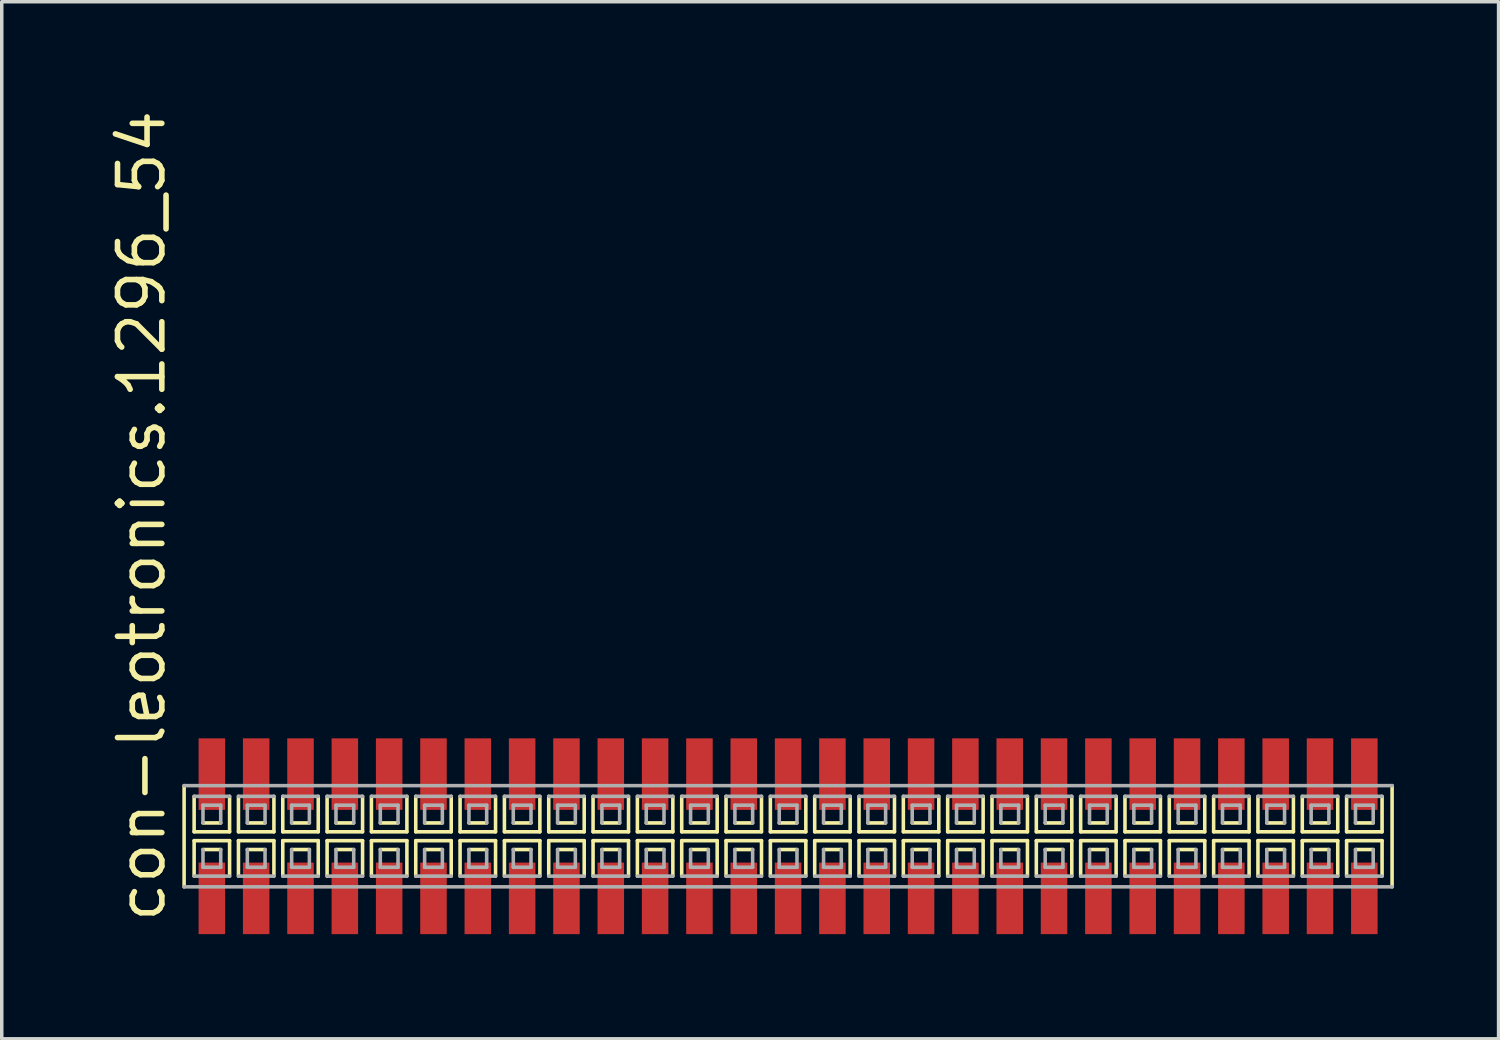
<source format=kicad_pcb>
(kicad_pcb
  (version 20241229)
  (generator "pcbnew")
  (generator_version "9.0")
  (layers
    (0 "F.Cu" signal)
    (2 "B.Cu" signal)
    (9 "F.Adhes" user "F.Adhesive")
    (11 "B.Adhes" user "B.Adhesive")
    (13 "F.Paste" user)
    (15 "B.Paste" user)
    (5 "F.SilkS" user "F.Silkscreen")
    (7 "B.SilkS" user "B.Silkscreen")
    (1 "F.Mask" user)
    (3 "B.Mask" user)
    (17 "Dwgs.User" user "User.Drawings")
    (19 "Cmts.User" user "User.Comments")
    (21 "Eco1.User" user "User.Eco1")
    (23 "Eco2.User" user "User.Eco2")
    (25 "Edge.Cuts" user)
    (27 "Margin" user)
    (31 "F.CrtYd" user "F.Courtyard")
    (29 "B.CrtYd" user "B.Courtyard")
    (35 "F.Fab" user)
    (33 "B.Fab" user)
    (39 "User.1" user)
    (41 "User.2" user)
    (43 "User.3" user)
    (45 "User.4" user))
  (footprint "con-leotronics.1296_54"
    (layer "F.Cu")
    (at 19.53 20.909)
    (property "Reference" "con-leotronics.1296_54" (at -17.78 2.54 90) (layer "F.SilkS") (effects (font (size 1.27 1.27) (thickness 0.16)) (justify left bottom)))
    (attr smd)
    (fp_line (start -17.305 -1.45) (end -17.305 1.45) (stroke (width 0.102) (type default)) (layer "F.SilkS"))
    (fp_line (start -17.018 -1.143) (end -17.018 -0.127) (stroke (width 0.102) (type default)) (layer "F.SilkS"))
    (fp_line (start -17.018 -0.127) (end -16.002 -0.127) (stroke (width 0.102) (type default)) (layer "F.SilkS"))
    (fp_line (start -17.018 0.127) (end -17.018 1.143) (stroke (width 0.102) (type default)) (layer "F.SilkS"))
    (fp_line (start -16.764 -0.381) (end -16.256 -0.381) (stroke (width 0.102) (type default)) (layer "F.SilkS"))
    (fp_line (start -16.256 0.381) (end -16.764 0.381) (stroke (width 0.102) (type default)) (layer "F.SilkS"))
    (fp_line (start -16.002 -0.127) (end -16.002 -1.143) (stroke (width 0.102) (type default)) (layer "F.SilkS"))
    (fp_line (start -16.002 0.127) (end -17.018 0.127) (stroke (width 0.102) (type default)) (layer "F.SilkS"))
    (fp_line (start -16.002 1.143) (end -16.002 0.127) (stroke (width 0.102) (type default)) (layer "F.SilkS"))
    (fp_line (start -15.748 -1.143) (end -15.748 -0.127) (stroke (width 0.102) (type default)) (layer "F.SilkS"))
    (fp_line (start -15.748 -0.127) (end -14.732 -0.127) (stroke (width 0.102) (type default)) (layer "F.SilkS"))
    (fp_line (start -15.748 0.127) (end -15.748 1.143) (stroke (width 0.102) (type default)) (layer "F.SilkS"))
    (fp_line (start -15.494 -0.381) (end -14.986 -0.381) (stroke (width 0.102) (type default)) (layer "F.SilkS"))
    (fp_line (start -14.986 0.381) (end -15.494 0.381) (stroke (width 0.102) (type default)) (layer "F.SilkS"))
    (fp_line (start -14.732 -0.127) (end -14.732 -1.143) (stroke (width 0.102) (type default)) (layer "F.SilkS"))
    (fp_line (start -14.732 0.127) (end -15.748 0.127) (stroke (width 0.102) (type default)) (layer "F.SilkS"))
    (fp_line (start -14.732 1.143) (end -14.732 0.127) (stroke (width 0.102) (type default)) (layer "F.SilkS"))
    (fp_line (start -14.478 -1.143) (end -14.478 -0.127) (stroke (width 0.102) (type default)) (layer "F.SilkS"))
    (fp_line (start -14.478 -0.127) (end -13.462 -0.127) (stroke (width 0.102) (type default)) (layer "F.SilkS"))
    (fp_line (start -14.478 0.127) (end -14.478 1.143) (stroke (width 0.102) (type default)) (layer "F.SilkS"))
    (fp_line (start -14.224 -0.381) (end -13.716 -0.381) (stroke (width 0.102) (type default)) (layer "F.SilkS"))
    (fp_line (start -13.716 0.381) (end -14.224 0.381) (stroke (width 0.102) (type default)) (layer "F.SilkS"))
    (fp_line (start -13.462 -0.127) (end -13.462 -1.143) (stroke (width 0.102) (type default)) (layer "F.SilkS"))
    (fp_line (start -13.462 0.127) (end -14.478 0.127) (stroke (width 0.102) (type default)) (layer "F.SilkS"))
    (fp_line (start -13.462 1.143) (end -13.462 0.127) (stroke (width 0.102) (type default)) (layer "F.SilkS"))
    (fp_line (start -13.208 -1.143) (end -13.208 -0.127) (stroke (width 0.102) (type default)) (layer "F.SilkS"))
    (fp_line (start -13.208 -0.127) (end -12.192 -0.127) (stroke (width 0.102) (type default)) (layer "F.SilkS"))
    (fp_line (start -13.208 0.127) (end -13.208 1.143) (stroke (width 0.102) (type default)) (layer "F.SilkS"))
    (fp_line (start -12.954 -0.381) (end -12.446 -0.381) (stroke (width 0.102) (type default)) (layer "F.SilkS"))
    (fp_line (start -12.446 0.381) (end -12.954 0.381) (stroke (width 0.102) (type default)) (layer "F.SilkS"))
    (fp_line (start -12.192 -0.127) (end -12.192 -1.143) (stroke (width 0.102) (type default)) (layer "F.SilkS"))
    (fp_line (start -12.192 0.127) (end -13.208 0.127) (stroke (width 0.102) (type default)) (layer "F.SilkS"))
    (fp_line (start -12.192 1.143) (end -12.192 0.127) (stroke (width 0.102) (type default)) (layer "F.SilkS"))
    (fp_line (start -11.938 -1.143) (end -11.938 -0.127) (stroke (width 0.102) (type default)) (layer "F.SilkS"))
    (fp_line (start -11.938 -0.127) (end -10.922 -0.127) (stroke (width 0.102) (type default)) (layer "F.SilkS"))
    (fp_line (start -11.938 0.127) (end -11.938 1.143) (stroke (width 0.102) (type default)) (layer "F.SilkS"))
    (fp_line (start -11.684 -0.381) (end -11.176 -0.381) (stroke (width 0.102) (type default)) (layer "F.SilkS"))
    (fp_line (start -11.176 0.381) (end -11.684 0.381) (stroke (width 0.102) (type default)) (layer "F.SilkS"))
    (fp_line (start -10.922 -0.127) (end -10.922 -1.143) (stroke (width 0.102) (type default)) (layer "F.SilkS"))
    (fp_line (start -10.922 0.127) (end -11.938 0.127) (stroke (width 0.102) (type default)) (layer "F.SilkS"))
    (fp_line (start -10.922 1.143) (end -10.922 0.127) (stroke (width 0.102) (type default)) (layer "F.SilkS"))
    (fp_line (start -10.668 -1.143) (end -10.668 -0.127) (stroke (width 0.102) (type default)) (layer "F.SilkS"))
    (fp_line (start -10.668 -0.127) (end -9.652 -0.127) (stroke (width 0.102) (type default)) (layer "F.SilkS"))
    (fp_line (start -10.668 0.127) (end -10.668 1.143) (stroke (width 0.102) (type default)) (layer "F.SilkS"))
    (fp_line (start -10.414 -0.381) (end -9.906 -0.381) (stroke (width 0.102) (type default)) (layer "F.SilkS"))
    (fp_line (start -9.906 0.381) (end -10.414 0.381) (stroke (width 0.102) (type default)) (layer "F.SilkS"))
    (fp_line (start -9.652 -0.127) (end -9.652 -1.143) (stroke (width 0.102) (type default)) (layer "F.SilkS"))
    (fp_line (start -9.652 0.127) (end -10.668 0.127) (stroke (width 0.102) (type default)) (layer "F.SilkS"))
    (fp_line (start -9.652 1.143) (end -9.652 0.127) (stroke (width 0.102) (type default)) (layer "F.SilkS"))
    (fp_line (start -9.398 -1.143) (end -9.398 -0.127) (stroke (width 0.102) (type default)) (layer "F.SilkS"))
    (fp_line (start -9.398 -0.127) (end -8.382 -0.127) (stroke (width 0.102) (type default)) (layer "F.SilkS"))
    (fp_line (start -9.398 0.127) (end -9.398 1.143) (stroke (width 0.102) (type default)) (layer "F.SilkS"))
    (fp_line (start -9.144 -0.381) (end -8.636 -0.381) (stroke (width 0.102) (type default)) (layer "F.SilkS"))
    (fp_line (start -8.636 0.381) (end -9.144 0.381) (stroke (width 0.102) (type default)) (layer "F.SilkS"))
    (fp_line (start -8.382 -0.127) (end -8.382 -1.143) (stroke (width 0.102) (type default)) (layer "F.SilkS"))
    (fp_line (start -8.382 0.127) (end -9.398 0.127) (stroke (width 0.102) (type default)) (layer "F.SilkS"))
    (fp_line (start -8.382 1.143) (end -8.382 0.127) (stroke (width 0.102) (type default)) (layer "F.SilkS"))
    (fp_line (start -8.128 -1.143) (end -8.128 -0.127) (stroke (width 0.102) (type default)) (layer "F.SilkS"))
    (fp_line (start -8.128 -0.127) (end -7.112 -0.127) (stroke (width 0.102) (type default)) (layer "F.SilkS"))
    (fp_line (start -8.128 0.127) (end -8.128 1.143) (stroke (width 0.102) (type default)) (layer "F.SilkS"))
    (fp_line (start -7.874 -0.381) (end -7.366 -0.381) (stroke (width 0.102) (type default)) (layer "F.SilkS"))
    (fp_line (start -7.366 0.381) (end -7.874 0.381) (stroke (width 0.102) (type default)) (layer "F.SilkS"))
    (fp_line (start -7.112 -0.127) (end -7.112 -1.143) (stroke (width 0.102) (type default)) (layer "F.SilkS"))
    (fp_line (start -7.112 0.127) (end -8.128 0.127) (stroke (width 0.102) (type default)) (layer "F.SilkS"))
    (fp_line (start -7.112 1.143) (end -7.112 0.127) (stroke (width 0.102) (type default)) (layer "F.SilkS"))
    (fp_line (start -6.858 -1.143) (end -6.858 -0.127) (stroke (width 0.102) (type default)) (layer "F.SilkS"))
    (fp_line (start -6.858 -0.127) (end -5.842 -0.127) (stroke (width 0.102) (type default)) (layer "F.SilkS"))
    (fp_line (start -6.858 0.127) (end -6.858 1.143) (stroke (width 0.102) (type default)) (layer "F.SilkS"))
    (fp_line (start -6.604 -0.381) (end -6.096 -0.381) (stroke (width 0.102) (type default)) (layer "F.SilkS"))
    (fp_line (start -6.096 0.381) (end -6.604 0.381) (stroke (width 0.102) (type default)) (layer "F.SilkS"))
    (fp_line (start -5.842 -0.127) (end -5.842 -1.143) (stroke (width 0.102) (type default)) (layer "F.SilkS"))
    (fp_line (start -5.842 0.127) (end -6.858 0.127) (stroke (width 0.102) (type default)) (layer "F.SilkS"))
    (fp_line (start -5.842 1.143) (end -5.842 0.127) (stroke (width 0.102) (type default)) (layer "F.SilkS"))
    (fp_line (start -5.588 -1.143) (end -5.588 -0.127) (stroke (width 0.102) (type default)) (layer "F.SilkS"))
    (fp_line (start -5.588 -0.127) (end -4.572 -0.127) (stroke (width 0.102) (type default)) (layer "F.SilkS"))
    (fp_line (start -5.588 0.127) (end -5.588 1.143) (stroke (width 0.102) (type default)) (layer "F.SilkS"))
    (fp_line (start -5.334 -0.381) (end -4.826 -0.381) (stroke (width 0.102) (type default)) (layer "F.SilkS"))
    (fp_line (start -4.826 0.381) (end -5.334 0.381) (stroke (width 0.102) (type default)) (layer "F.SilkS"))
    (fp_line (start -4.572 -0.127) (end -4.572 -1.143) (stroke (width 0.102) (type default)) (layer "F.SilkS"))
    (fp_line (start -4.572 0.127) (end -5.588 0.127) (stroke (width 0.102) (type default)) (layer "F.SilkS"))
    (fp_line (start -4.572 1.143) (end -4.572 0.127) (stroke (width 0.102) (type default)) (layer "F.SilkS"))
    (fp_line (start -4.318 -1.143) (end -4.318 -0.127) (stroke (width 0.102) (type default)) (layer "F.SilkS"))
    (fp_line (start -4.318 -0.127) (end -3.302 -0.127) (stroke (width 0.102) (type default)) (layer "F.SilkS"))
    (fp_line (start -4.318 0.127) (end -4.318 1.143) (stroke (width 0.102) (type default)) (layer "F.SilkS"))
    (fp_line (start -4.064 -0.381) (end -3.556 -0.381) (stroke (width 0.102) (type default)) (layer "F.SilkS"))
    (fp_line (start -3.556 0.381) (end -4.064 0.381) (stroke (width 0.102) (type default)) (layer "F.SilkS"))
    (fp_line (start -3.302 -0.127) (end -3.302 -1.143) (stroke (width 0.102) (type default)) (layer "F.SilkS"))
    (fp_line (start -3.302 0.127) (end -4.318 0.127) (stroke (width 0.102) (type default)) (layer "F.SilkS"))
    (fp_line (start -3.302 1.143) (end -3.302 0.127) (stroke (width 0.102) (type default)) (layer "F.SilkS"))
    (fp_line (start -3.048 -1.143) (end -3.048 -0.127) (stroke (width 0.102) (type default)) (layer "F.SilkS"))
    (fp_line (start -3.048 -0.127) (end -2.032 -0.127) (stroke (width 0.102) (type default)) (layer "F.SilkS"))
    (fp_line (start -3.048 0.127) (end -3.048 1.143) (stroke (width 0.102) (type default)) (layer "F.SilkS"))
    (fp_line (start -2.794 -0.381) (end -2.286 -0.381) (stroke (width 0.102) (type default)) (layer "F.SilkS"))
    (fp_line (start -2.286 0.381) (end -2.794 0.381) (stroke (width 0.102) (type default)) (layer "F.SilkS"))
    (fp_line (start -2.032 -0.127) (end -2.032 -1.143) (stroke (width 0.102) (type default)) (layer "F.SilkS"))
    (fp_line (start -2.032 0.127) (end -3.048 0.127) (stroke (width 0.102) (type default)) (layer "F.SilkS"))
    (fp_line (start -2.032 1.143) (end -2.032 0.127) (stroke (width 0.102) (type default)) (layer "F.SilkS"))
    (fp_line (start -1.778 -1.143) (end -1.778 -0.127) (stroke (width 0.102) (type default)) (layer "F.SilkS"))
    (fp_line (start -1.778 -0.127) (end -0.762 -0.127) (stroke (width 0.102) (type default)) (layer "F.SilkS"))
    (fp_line (start -1.778 0.127) (end -1.778 1.143) (stroke (width 0.102) (type default)) (layer "F.SilkS"))
    (fp_line (start -1.524 -0.381) (end -1.016 -0.381) (stroke (width 0.102) (type default)) (layer "F.SilkS"))
    (fp_line (start -1.016 0.381) (end -1.524 0.381) (stroke (width 0.102) (type default)) (layer "F.SilkS"))
    (fp_line (start -0.762 -0.127) (end -0.762 -1.143) (stroke (width 0.102) (type default)) (layer "F.SilkS"))
    (fp_line (start -0.762 0.127) (end -1.778 0.127) (stroke (width 0.102) (type default)) (layer "F.SilkS"))
    (fp_line (start -0.762 1.143) (end -0.762 0.127) (stroke (width 0.102) (type default)) (layer "F.SilkS"))
    (fp_line (start -0.508 -1.143) (end -0.508 -0.127) (stroke (width 0.102) (type default)) (layer "F.SilkS"))
    (fp_line (start -0.508 -0.127) (end 0.508 -0.127) (stroke (width 0.102) (type default)) (layer "F.SilkS"))
    (fp_line (start -0.508 0.127) (end -0.508 1.143) (stroke (width 0.102) (type default)) (layer "F.SilkS"))
    (fp_line (start -0.254 -0.381) (end 0.254 -0.381) (stroke (width 0.102) (type default)) (layer "F.SilkS"))
    (fp_line (start 0.254 0.381) (end -0.254 0.381) (stroke (width 0.102) (type default)) (layer "F.SilkS"))
    (fp_line (start 0.508 -0.127) (end 0.508 -1.143) (stroke (width 0.102) (type default)) (layer "F.SilkS"))
    (fp_line (start 0.508 0.127) (end -0.508 0.127) (stroke (width 0.102) (type default)) (layer "F.SilkS"))
    (fp_line (start 0.508 1.143) (end 0.508 0.127) (stroke (width 0.102) (type default)) (layer "F.SilkS"))
    (fp_line (start 0.762 -1.143) (end 0.762 -0.127) (stroke (width 0.102) (type default)) (layer "F.SilkS"))
    (fp_line (start 0.762 -0.127) (end 1.778 -0.127) (stroke (width 0.102) (type default)) (layer "F.SilkS"))
    (fp_line (start 0.762 0.127) (end 0.762 1.143) (stroke (width 0.102) (type default)) (layer "F.SilkS"))
    (fp_line (start 1.016 -0.381) (end 1.524 -0.381) (stroke (width 0.102) (type default)) (layer "F.SilkS"))
    (fp_line (start 1.524 0.381) (end 1.016 0.381) (stroke (width 0.102) (type default)) (layer "F.SilkS"))
    (fp_line (start 1.778 -0.127) (end 1.778 -1.143) (stroke (width 0.102) (type default)) (layer "F.SilkS"))
    (fp_line (start 1.778 0.127) (end 0.762 0.127) (stroke (width 0.102) (type default)) (layer "F.SilkS"))
    (fp_line (start 1.778 1.143) (end 1.778 0.127) (stroke (width 0.102) (type default)) (layer "F.SilkS"))
    (fp_line (start 2.032 -1.143) (end 2.032 -0.127) (stroke (width 0.102) (type default)) (layer "F.SilkS"))
    (fp_line (start 2.032 -0.127) (end 3.048 -0.127) (stroke (width 0.102) (type default)) (layer "F.SilkS"))
    (fp_line (start 2.032 0.127) (end 2.032 1.143) (stroke (width 0.102) (type default)) (layer "F.SilkS"))
    (fp_line (start 2.286 -0.381) (end 2.794 -0.381) (stroke (width 0.102) (type default)) (layer "F.SilkS"))
    (fp_line (start 2.794 0.381) (end 2.286 0.381) (stroke (width 0.102) (type default)) (layer "F.SilkS"))
    (fp_line (start 3.048 -0.127) (end 3.048 -1.143) (stroke (width 0.102) (type default)) (layer "F.SilkS"))
    (fp_line (start 3.048 0.127) (end 2.032 0.127) (stroke (width 0.102) (type default)) (layer "F.SilkS"))
    (fp_line (start 3.048 1.143) (end 3.048 0.127) (stroke (width 0.102) (type default)) (layer "F.SilkS"))
    (fp_line (start 3.302 -1.143) (end 3.302 -0.127) (stroke (width 0.102) (type default)) (layer "F.SilkS"))
    (fp_line (start 3.302 -0.127) (end 4.318 -0.127) (stroke (width 0.102) (type default)) (layer "F.SilkS"))
    (fp_line (start 3.302 0.127) (end 3.302 1.143) (stroke (width 0.102) (type default)) (layer "F.SilkS"))
    (fp_line (start 3.556 -0.381) (end 4.064 -0.381) (stroke (width 0.102) (type default)) (layer "F.SilkS"))
    (fp_line (start 4.064 0.381) (end 3.556 0.381) (stroke (width 0.102) (type default)) (layer "F.SilkS"))
    (fp_line (start 4.318 -0.127) (end 4.318 -1.143) (stroke (width 0.102) (type default)) (layer "F.SilkS"))
    (fp_line (start 4.318 0.127) (end 3.302 0.127) (stroke (width 0.102) (type default)) (layer "F.SilkS"))
    (fp_line (start 4.318 1.143) (end 4.318 0.127) (stroke (width 0.102) (type default)) (layer "F.SilkS"))
    (fp_line (start 4.572 -1.143) (end 4.572 -0.127) (stroke (width 0.102) (type default)) (layer "F.SilkS"))
    (fp_line (start 4.572 -0.127) (end 5.588 -0.127) (stroke (width 0.102) (type default)) (layer "F.SilkS"))
    (fp_line (start 4.572 0.127) (end 4.572 1.143) (stroke (width 0.102) (type default)) (layer "F.SilkS"))
    (fp_line (start 4.826 -0.381) (end 5.334 -0.381) (stroke (width 0.102) (type default)) (layer "F.SilkS"))
    (fp_line (start 5.334 0.381) (end 4.826 0.381) (stroke (width 0.102) (type default)) (layer "F.SilkS"))
    (fp_line (start 5.588 -0.127) (end 5.588 -1.143) (stroke (width 0.102) (type default)) (layer "F.SilkS"))
    (fp_line (start 5.588 0.127) (end 4.572 0.127) (stroke (width 0.102) (type default)) (layer "F.SilkS"))
    (fp_line (start 5.588 1.143) (end 5.588 0.127) (stroke (width 0.102) (type default)) (layer "F.SilkS"))
    (fp_line (start 5.842 -1.143) (end 5.842 -0.127) (stroke (width 0.102) (type default)) (layer "F.SilkS"))
    (fp_line (start 5.842 -0.127) (end 6.858 -0.127) (stroke (width 0.102) (type default)) (layer "F.SilkS"))
    (fp_line (start 5.842 0.127) (end 5.842 1.143) (stroke (width 0.102) (type default)) (layer "F.SilkS"))
    (fp_line (start 6.096 -0.381) (end 6.604 -0.381) (stroke (width 0.102) (type default)) (layer "F.SilkS"))
    (fp_line (start 6.604 0.381) (end 6.096 0.381) (stroke (width 0.102) (type default)) (layer "F.SilkS"))
    (fp_line (start 6.858 -0.127) (end 6.858 -1.143) (stroke (width 0.102) (type default)) (layer "F.SilkS"))
    (fp_line (start 6.858 0.127) (end 5.842 0.127) (stroke (width 0.102) (type default)) (layer "F.SilkS"))
    (fp_line (start 6.858 1.143) (end 6.858 0.127) (stroke (width 0.102) (type default)) (layer "F.SilkS"))
    (fp_line (start 7.112 -1.143) (end 7.112 -0.127) (stroke (width 0.102) (type default)) (layer "F.SilkS"))
    (fp_line (start 7.112 -0.127) (end 8.128 -0.127) (stroke (width 0.102) (type default)) (layer "F.SilkS"))
    (fp_line (start 7.112 0.127) (end 7.112 1.143) (stroke (width 0.102) (type default)) (layer "F.SilkS"))
    (fp_line (start 7.366 -0.381) (end 7.874 -0.381) (stroke (width 0.102) (type default)) (layer "F.SilkS"))
    (fp_line (start 7.874 0.381) (end 7.366 0.381) (stroke (width 0.102) (type default)) (layer "F.SilkS"))
    (fp_line (start 8.128 -0.127) (end 8.128 -1.143) (stroke (width 0.102) (type default)) (layer "F.SilkS"))
    (fp_line (start 8.128 0.127) (end 7.112 0.127) (stroke (width 0.102) (type default)) (layer "F.SilkS"))
    (fp_line (start 8.128 1.143) (end 8.128 0.127) (stroke (width 0.102) (type default)) (layer "F.SilkS"))
    (fp_line (start 8.382 -1.143) (end 8.382 -0.127) (stroke (width 0.102) (type default)) (layer "F.SilkS"))
    (fp_line (start 8.382 -0.127) (end 9.398 -0.127) (stroke (width 0.102) (type default)) (layer "F.SilkS"))
    (fp_line (start 8.382 0.127) (end 8.382 1.143) (stroke (width 0.102) (type default)) (layer "F.SilkS"))
    (fp_line (start 8.636 -0.381) (end 9.144 -0.381) (stroke (width 0.102) (type default)) (layer "F.SilkS"))
    (fp_line (start 9.144 0.381) (end 8.636 0.381) (stroke (width 0.102) (type default)) (layer "F.SilkS"))
    (fp_line (start 9.398 -0.127) (end 9.398 -1.143) (stroke (width 0.102) (type default)) (layer "F.SilkS"))
    (fp_line (start 9.398 0.127) (end 8.382 0.127) (stroke (width 0.102) (type default)) (layer "F.SilkS"))
    (fp_line (start 9.398 1.143) (end 9.398 0.127) (stroke (width 0.102) (type default)) (layer "F.SilkS"))
    (fp_line (start 9.652 -1.143) (end 9.652 -0.127) (stroke (width 0.102) (type default)) (layer "F.SilkS"))
    (fp_line (start 9.652 -0.127) (end 10.668 -0.127) (stroke (width 0.102) (type default)) (layer "F.SilkS"))
    (fp_line (start 9.652 0.127) (end 9.652 1.143) (stroke (width 0.102) (type default)) (layer "F.SilkS"))
    (fp_line (start 9.906 -0.381) (end 10.414 -0.381) (stroke (width 0.102) (type default)) (layer "F.SilkS"))
    (fp_line (start 10.414 0.381) (end 9.906 0.381) (stroke (width 0.102) (type default)) (layer "F.SilkS"))
    (fp_line (start 10.668 -0.127) (end 10.668 -1.143) (stroke (width 0.102) (type default)) (layer "F.SilkS"))
    (fp_line (start 10.668 0.127) (end 9.652 0.127) (stroke (width 0.102) (type default)) (layer "F.SilkS"))
    (fp_line (start 10.668 1.143) (end 10.668 0.127) (stroke (width 0.102) (type default)) (layer "F.SilkS"))
    (fp_line (start 10.922 -1.143) (end 10.922 -0.127) (stroke (width 0.102) (type default)) (layer "F.SilkS"))
    (fp_line (start 10.922 -0.127) (end 11.938 -0.127) (stroke (width 0.102) (type default)) (layer "F.SilkS"))
    (fp_line (start 10.922 0.127) (end 10.922 1.143) (stroke (width 0.102) (type default)) (layer "F.SilkS"))
    (fp_line (start 11.176 -0.381) (end 11.684 -0.381) (stroke (width 0.102) (type default)) (layer "F.SilkS"))
    (fp_line (start 11.684 0.381) (end 11.176 0.381) (stroke (width 0.102) (type default)) (layer "F.SilkS"))
    (fp_line (start 11.938 -0.127) (end 11.938 -1.143) (stroke (width 0.102) (type default)) (layer "F.SilkS"))
    (fp_line (start 11.938 0.127) (end 10.922 0.127) (stroke (width 0.102) (type default)) (layer "F.SilkS"))
    (fp_line (start 11.938 1.143) (end 11.938 0.127) (stroke (width 0.102) (type default)) (layer "F.SilkS"))
    (fp_line (start 12.192 -1.143) (end 12.192 -0.127) (stroke (width 0.102) (type default)) (layer "F.SilkS"))
    (fp_line (start 12.192 -0.127) (end 13.208 -0.127) (stroke (width 0.102) (type default)) (layer "F.SilkS"))
    (fp_line (start 12.192 0.127) (end 12.192 1.143) (stroke (width 0.102) (type default)) (layer "F.SilkS"))
    (fp_line (start 12.446 -0.381) (end 12.954 -0.381) (stroke (width 0.102) (type default)) (layer "F.SilkS"))
    (fp_line (start 12.954 0.381) (end 12.446 0.381) (stroke (width 0.102) (type default)) (layer "F.SilkS"))
    (fp_line (start 13.208 -0.127) (end 13.208 -1.143) (stroke (width 0.102) (type default)) (layer "F.SilkS"))
    (fp_line (start 13.208 0.127) (end 12.192 0.127) (stroke (width 0.102) (type default)) (layer "F.SilkS"))
    (fp_line (start 13.208 1.143) (end 13.208 0.127) (stroke (width 0.102) (type default)) (layer "F.SilkS"))
    (fp_line (start 13.462 -1.143) (end 13.462 -0.127) (stroke (width 0.102) (type default)) (layer "F.SilkS"))
    (fp_line (start 13.462 -0.127) (end 14.478 -0.127) (stroke (width 0.102) (type default)) (layer "F.SilkS"))
    (fp_line (start 13.462 0.127) (end 13.462 1.143) (stroke (width 0.102) (type default)) (layer "F.SilkS"))
    (fp_line (start 13.716 -0.381) (end 14.224 -0.381) (stroke (width 0.102) (type default)) (layer "F.SilkS"))
    (fp_line (start 14.224 0.381) (end 13.716 0.381) (stroke (width 0.102) (type default)) (layer "F.SilkS"))
    (fp_line (start 14.478 -0.127) (end 14.478 -1.143) (stroke (width 0.102) (type default)) (layer "F.SilkS"))
    (fp_line (start 14.478 0.127) (end 13.462 0.127) (stroke (width 0.102) (type default)) (layer "F.SilkS"))
    (fp_line (start 14.478 1.143) (end 14.478 0.127) (stroke (width 0.102) (type default)) (layer "F.SilkS"))
    (fp_line (start 14.732 -1.143) (end 14.732 -0.127) (stroke (width 0.102) (type default)) (layer "F.SilkS"))
    (fp_line (start 14.732 -0.127) (end 15.748 -0.127) (stroke (width 0.102) (type default)) (layer "F.SilkS"))
    (fp_line (start 14.732 0.127) (end 14.732 1.143) (stroke (width 0.102) (type default)) (layer "F.SilkS"))
    (fp_line (start 14.986 -0.381) (end 15.494 -0.381) (stroke (width 0.102) (type default)) (layer "F.SilkS"))
    (fp_line (start 15.494 0.381) (end 14.986 0.381) (stroke (width 0.102) (type default)) (layer "F.SilkS"))
    (fp_line (start 15.748 -0.127) (end 15.748 -1.143) (stroke (width 0.102) (type default)) (layer "F.SilkS"))
    (fp_line (start 15.748 0.127) (end 14.732 0.127) (stroke (width 0.102) (type default)) (layer "F.SilkS"))
    (fp_line (start 15.748 1.143) (end 15.748 0.127) (stroke (width 0.102) (type default)) (layer "F.SilkS"))
    (fp_line (start 16.002 -1.143) (end 16.002 -0.127) (stroke (width 0.102) (type default)) (layer "F.SilkS"))
    (fp_line (start 16.002 -0.127) (end 17.018 -0.127) (stroke (width 0.102) (type default)) (layer "F.SilkS"))
    (fp_line (start 16.002 0.127) (end 16.002 1.143) (stroke (width 0.102) (type default)) (layer "F.SilkS"))
    (fp_line (start 16.256 -0.381) (end 16.764 -0.381) (stroke (width 0.102) (type default)) (layer "F.SilkS"))
    (fp_line (start 16.764 0.381) (end 16.256 0.381) (stroke (width 0.102) (type default)) (layer "F.SilkS"))
    (fp_line (start 17.018 -0.127) (end 17.018 -1.143) (stroke (width 0.102) (type default)) (layer "F.SilkS"))
    (fp_line (start 17.018 0.127) (end 16.002 0.127) (stroke (width 0.102) (type default)) (layer "F.SilkS"))
    (fp_line (start 17.018 1.143) (end 17.018 0.127) (stroke (width 0.102) (type default)) (layer "F.SilkS"))
    (fp_line (start 17.305 1.45) (end 17.305 -1.45) (stroke (width 0.102) (type default)) (layer "F.SilkS"))
    (fp_line (start -17.305 1.45) (end 17.305 1.45) (stroke (width 0.102) (type default)) (layer "F.Fab"))
    (fp_line (start -17.018 1.143) (end -16.002 1.143) (stroke (width 0.102) (type default)) (layer "F.Fab"))
    (fp_line (start -16.764 -0.889) (end -16.764 -0.381) (stroke (width 0.102) (type default)) (layer "F.Fab"))
    (fp_line (start -16.764 0.381) (end -16.764 0.889) (stroke (width 0.102) (type default)) (layer "F.Fab"))
    (fp_line (start -16.764 0.889) (end -16.256 0.889) (stroke (width 0.102) (type default)) (layer "F.Fab"))
    (fp_line (start -16.256 -0.889) (end -16.764 -0.889) (stroke (width 0.102) (type default)) (layer "F.Fab"))
    (fp_line (start -16.256 -0.381) (end -16.256 -0.889) (stroke (width 0.102) (type default)) (layer "F.Fab"))
    (fp_line (start -16.256 0.889) (end -16.256 0.381) (stroke (width 0.102) (type default)) (layer "F.Fab"))
    (fp_line (start -16.002 -1.143) (end -17.018 -1.143) (stroke (width 0.102) (type default)) (layer "F.Fab"))
    (fp_line (start -15.748 1.143) (end -14.732 1.143) (stroke (width 0.102) (type default)) (layer "F.Fab"))
    (fp_line (start -15.494 -0.889) (end -15.494 -0.381) (stroke (width 0.102) (type default)) (layer "F.Fab"))
    (fp_line (start -15.494 0.381) (end -15.494 0.889) (stroke (width 0.102) (type default)) (layer "F.Fab"))
    (fp_line (start -15.494 0.889) (end -14.986 0.889) (stroke (width 0.102) (type default)) (layer "F.Fab"))
    (fp_line (start -14.986 -0.889) (end -15.494 -0.889) (stroke (width 0.102) (type default)) (layer "F.Fab"))
    (fp_line (start -14.986 -0.381) (end -14.986 -0.889) (stroke (width 0.102) (type default)) (layer "F.Fab"))
    (fp_line (start -14.986 0.889) (end -14.986 0.381) (stroke (width 0.102) (type default)) (layer "F.Fab"))
    (fp_line (start -14.732 -1.143) (end -15.748 -1.143) (stroke (width 0.102) (type default)) (layer "F.Fab"))
    (fp_line (start -14.478 1.143) (end -13.462 1.143) (stroke (width 0.102) (type default)) (layer "F.Fab"))
    (fp_line (start -14.224 -0.889) (end -14.224 -0.381) (stroke (width 0.102) (type default)) (layer "F.Fab"))
    (fp_line (start -14.224 0.381) (end -14.224 0.889) (stroke (width 0.102) (type default)) (layer "F.Fab"))
    (fp_line (start -14.224 0.889) (end -13.716 0.889) (stroke (width 0.102) (type default)) (layer "F.Fab"))
    (fp_line (start -13.716 -0.889) (end -14.224 -0.889) (stroke (width 0.102) (type default)) (layer "F.Fab"))
    (fp_line (start -13.716 -0.381) (end -13.716 -0.889) (stroke (width 0.102) (type default)) (layer "F.Fab"))
    (fp_line (start -13.716 0.889) (end -13.716 0.381) (stroke (width 0.102) (type default)) (layer "F.Fab"))
    (fp_line (start -13.462 -1.143) (end -14.478 -1.143) (stroke (width 0.102) (type default)) (layer "F.Fab"))
    (fp_line (start -13.208 1.143) (end -12.192 1.143) (stroke (width 0.102) (type default)) (layer "F.Fab"))
    (fp_line (start -12.954 -0.889) (end -12.954 -0.381) (stroke (width 0.102) (type default)) (layer "F.Fab"))
    (fp_line (start -12.954 0.381) (end -12.954 0.889) (stroke (width 0.102) (type default)) (layer "F.Fab"))
    (fp_line (start -12.954 0.889) (end -12.446 0.889) (stroke (width 0.102) (type default)) (layer "F.Fab"))
    (fp_line (start -12.446 -0.889) (end -12.954 -0.889) (stroke (width 0.102) (type default)) (layer "F.Fab"))
    (fp_line (start -12.446 -0.381) (end -12.446 -0.889) (stroke (width 0.102) (type default)) (layer "F.Fab"))
    (fp_line (start -12.446 0.889) (end -12.446 0.381) (stroke (width 0.102) (type default)) (layer "F.Fab"))
    (fp_line (start -12.192 -1.143) (end -13.208 -1.143) (stroke (width 0.102) (type default)) (layer "F.Fab"))
    (fp_line (start -11.938 1.143) (end -10.922 1.143) (stroke (width 0.102) (type default)) (layer "F.Fab"))
    (fp_line (start -11.684 -0.889) (end -11.684 -0.381) (stroke (width 0.102) (type default)) (layer "F.Fab"))
    (fp_line (start -11.684 0.381) (end -11.684 0.889) (stroke (width 0.102) (type default)) (layer "F.Fab"))
    (fp_line (start -11.684 0.889) (end -11.176 0.889) (stroke (width 0.102) (type default)) (layer "F.Fab"))
    (fp_line (start -11.176 -0.889) (end -11.684 -0.889) (stroke (width 0.102) (type default)) (layer "F.Fab"))
    (fp_line (start -11.176 -0.381) (end -11.176 -0.889) (stroke (width 0.102) (type default)) (layer "F.Fab"))
    (fp_line (start -11.176 0.889) (end -11.176 0.381) (stroke (width 0.102) (type default)) (layer "F.Fab"))
    (fp_line (start -10.922 -1.143) (end -11.938 -1.143) (stroke (width 0.102) (type default)) (layer "F.Fab"))
    (fp_line (start -10.668 1.143) (end -9.652 1.143) (stroke (width 0.102) (type default)) (layer "F.Fab"))
    (fp_line (start -10.414 -0.889) (end -10.414 -0.381) (stroke (width 0.102) (type default)) (layer "F.Fab"))
    (fp_line (start -10.414 0.381) (end -10.414 0.889) (stroke (width 0.102) (type default)) (layer "F.Fab"))
    (fp_line (start -10.414 0.889) (end -9.906 0.889) (stroke (width 0.102) (type default)) (layer "F.Fab"))
    (fp_line (start -9.906 -0.889) (end -10.414 -0.889) (stroke (width 0.102) (type default)) (layer "F.Fab"))
    (fp_line (start -9.906 -0.381) (end -9.906 -0.889) (stroke (width 0.102) (type default)) (layer "F.Fab"))
    (fp_line (start -9.906 0.889) (end -9.906 0.381) (stroke (width 0.102) (type default)) (layer "F.Fab"))
    (fp_line (start -9.652 -1.143) (end -10.668 -1.143) (stroke (width 0.102) (type default)) (layer "F.Fab"))
    (fp_line (start -9.398 1.143) (end -8.382 1.143) (stroke (width 0.102) (type default)) (layer "F.Fab"))
    (fp_line (start -9.144 -0.889) (end -9.144 -0.381) (stroke (width 0.102) (type default)) (layer "F.Fab"))
    (fp_line (start -9.144 0.381) (end -9.144 0.889) (stroke (width 0.102) (type default)) (layer "F.Fab"))
    (fp_line (start -9.144 0.889) (end -8.636 0.889) (stroke (width 0.102) (type default)) (layer "F.Fab"))
    (fp_line (start -8.636 -0.889) (end -9.144 -0.889) (stroke (width 0.102) (type default)) (layer "F.Fab"))
    (fp_line (start -8.636 -0.381) (end -8.636 -0.889) (stroke (width 0.102) (type default)) (layer "F.Fab"))
    (fp_line (start -8.636 0.889) (end -8.636 0.381) (stroke (width 0.102) (type default)) (layer "F.Fab"))
    (fp_line (start -8.382 -1.143) (end -9.398 -1.143) (stroke (width 0.102) (type default)) (layer "F.Fab"))
    (fp_line (start -8.128 1.143) (end -7.112 1.143) (stroke (width 0.102) (type default)) (layer "F.Fab"))
    (fp_line (start -7.874 -0.889) (end -7.874 -0.381) (stroke (width 0.102) (type default)) (layer "F.Fab"))
    (fp_line (start -7.874 0.381) (end -7.874 0.889) (stroke (width 0.102) (type default)) (layer "F.Fab"))
    (fp_line (start -7.874 0.889) (end -7.366 0.889) (stroke (width 0.102) (type default)) (layer "F.Fab"))
    (fp_line (start -7.366 -0.889) (end -7.874 -0.889) (stroke (width 0.102) (type default)) (layer "F.Fab"))
    (fp_line (start -7.366 -0.381) (end -7.366 -0.889) (stroke (width 0.102) (type default)) (layer "F.Fab"))
    (fp_line (start -7.366 0.889) (end -7.366 0.381) (stroke (width 0.102) (type default)) (layer "F.Fab"))
    (fp_line (start -7.112 -1.143) (end -8.128 -1.143) (stroke (width 0.102) (type default)) (layer "F.Fab"))
    (fp_line (start -6.858 1.143) (end -5.842 1.143) (stroke (width 0.102) (type default)) (layer "F.Fab"))
    (fp_line (start -6.604 -0.889) (end -6.604 -0.381) (stroke (width 0.102) (type default)) (layer "F.Fab"))
    (fp_line (start -6.604 0.381) (end -6.604 0.889) (stroke (width 0.102) (type default)) (layer "F.Fab"))
    (fp_line (start -6.604 0.889) (end -6.096 0.889) (stroke (width 0.102) (type default)) (layer "F.Fab"))
    (fp_line (start -6.096 -0.889) (end -6.604 -0.889) (stroke (width 0.102) (type default)) (layer "F.Fab"))
    (fp_line (start -6.096 -0.381) (end -6.096 -0.889) (stroke (width 0.102) (type default)) (layer "F.Fab"))
    (fp_line (start -6.096 0.889) (end -6.096 0.381) (stroke (width 0.102) (type default)) (layer "F.Fab"))
    (fp_line (start -5.842 -1.143) (end -6.858 -1.143) (stroke (width 0.102) (type default)) (layer "F.Fab"))
    (fp_line (start -5.588 1.143) (end -4.572 1.143) (stroke (width 0.102) (type default)) (layer "F.Fab"))
    (fp_line (start -5.334 -0.889) (end -5.334 -0.381) (stroke (width 0.102) (type default)) (layer "F.Fab"))
    (fp_line (start -5.334 0.381) (end -5.334 0.889) (stroke (width 0.102) (type default)) (layer "F.Fab"))
    (fp_line (start -5.334 0.889) (end -4.826 0.889) (stroke (width 0.102) (type default)) (layer "F.Fab"))
    (fp_line (start -4.826 -0.889) (end -5.334 -0.889) (stroke (width 0.102) (type default)) (layer "F.Fab"))
    (fp_line (start -4.826 -0.381) (end -4.826 -0.889) (stroke (width 0.102) (type default)) (layer "F.Fab"))
    (fp_line (start -4.826 0.889) (end -4.826 0.381) (stroke (width 0.102) (type default)) (layer "F.Fab"))
    (fp_line (start -4.572 -1.143) (end -5.588 -1.143) (stroke (width 0.102) (type default)) (layer "F.Fab"))
    (fp_line (start -4.318 1.143) (end -3.302 1.143) (stroke (width 0.102) (type default)) (layer "F.Fab"))
    (fp_line (start -4.064 -0.889) (end -4.064 -0.381) (stroke (width 0.102) (type default)) (layer "F.Fab"))
    (fp_line (start -4.064 0.381) (end -4.064 0.889) (stroke (width 0.102) (type default)) (layer "F.Fab"))
    (fp_line (start -4.064 0.889) (end -3.556 0.889) (stroke (width 0.102) (type default)) (layer "F.Fab"))
    (fp_line (start -3.556 -0.889) (end -4.064 -0.889) (stroke (width 0.102) (type default)) (layer "F.Fab"))
    (fp_line (start -3.556 -0.381) (end -3.556 -0.889) (stroke (width 0.102) (type default)) (layer "F.Fab"))
    (fp_line (start -3.556 0.889) (end -3.556 0.381) (stroke (width 0.102) (type default)) (layer "F.Fab"))
    (fp_line (start -3.302 -1.143) (end -4.318 -1.143) (stroke (width 0.102) (type default)) (layer "F.Fab"))
    (fp_line (start -3.048 1.143) (end -2.032 1.143) (stroke (width 0.102) (type default)) (layer "F.Fab"))
    (fp_line (start -2.794 -0.889) (end -2.794 -0.381) (stroke (width 0.102) (type default)) (layer "F.Fab"))
    (fp_line (start -2.794 0.381) (end -2.794 0.889) (stroke (width 0.102) (type default)) (layer "F.Fab"))
    (fp_line (start -2.794 0.889) (end -2.286 0.889) (stroke (width 0.102) (type default)) (layer "F.Fab"))
    (fp_line (start -2.286 -0.889) (end -2.794 -0.889) (stroke (width 0.102) (type default)) (layer "F.Fab"))
    (fp_line (start -2.286 -0.381) (end -2.286 -0.889) (stroke (width 0.102) (type default)) (layer "F.Fab"))
    (fp_line (start -2.286 0.889) (end -2.286 0.381) (stroke (width 0.102) (type default)) (layer "F.Fab"))
    (fp_line (start -2.032 -1.143) (end -3.048 -1.143) (stroke (width 0.102) (type default)) (layer "F.Fab"))
    (fp_line (start -1.778 1.143) (end -0.762 1.143) (stroke (width 0.102) (type default)) (layer "F.Fab"))
    (fp_line (start -1.524 -0.889) (end -1.524 -0.381) (stroke (width 0.102) (type default)) (layer "F.Fab"))
    (fp_line (start -1.524 0.381) (end -1.524 0.889) (stroke (width 0.102) (type default)) (layer "F.Fab"))
    (fp_line (start -1.524 0.889) (end -1.016 0.889) (stroke (width 0.102) (type default)) (layer "F.Fab"))
    (fp_line (start -1.016 -0.889) (end -1.524 -0.889) (stroke (width 0.102) (type default)) (layer "F.Fab"))
    (fp_line (start -1.016 -0.381) (end -1.016 -0.889) (stroke (width 0.102) (type default)) (layer "F.Fab"))
    (fp_line (start -1.016 0.889) (end -1.016 0.381) (stroke (width 0.102) (type default)) (layer "F.Fab"))
    (fp_line (start -0.762 -1.143) (end -1.778 -1.143) (stroke (width 0.102) (type default)) (layer "F.Fab"))
    (fp_line (start -0.508 1.143) (end 0.508 1.143) (stroke (width 0.102) (type default)) (layer "F.Fab"))
    (fp_line (start -0.254 -0.889) (end -0.254 -0.381) (stroke (width 0.102) (type default)) (layer "F.Fab"))
    (fp_line (start -0.254 0.381) (end -0.254 0.889) (stroke (width 0.102) (type default)) (layer "F.Fab"))
    (fp_line (start -0.254 0.889) (end 0.254 0.889) (stroke (width 0.102) (type default)) (layer "F.Fab"))
    (fp_line (start 0.254 -0.889) (end -0.254 -0.889) (stroke (width 0.102) (type default)) (layer "F.Fab"))
    (fp_line (start 0.254 -0.381) (end 0.254 -0.889) (stroke (width 0.102) (type default)) (layer "F.Fab"))
    (fp_line (start 0.254 0.889) (end 0.254 0.381) (stroke (width 0.102) (type default)) (layer "F.Fab"))
    (fp_line (start 0.508 -1.143) (end -0.508 -1.143) (stroke (width 0.102) (type default)) (layer "F.Fab"))
    (fp_line (start 0.762 1.143) (end 1.778 1.143) (stroke (width 0.102) (type default)) (layer "F.Fab"))
    (fp_line (start 1.016 -0.889) (end 1.016 -0.381) (stroke (width 0.102) (type default)) (layer "F.Fab"))
    (fp_line (start 1.016 0.381) (end 1.016 0.889) (stroke (width 0.102) (type default)) (layer "F.Fab"))
    (fp_line (start 1.016 0.889) (end 1.524 0.889) (stroke (width 0.102) (type default)) (layer "F.Fab"))
    (fp_line (start 1.524 -0.889) (end 1.016 -0.889) (stroke (width 0.102) (type default)) (layer "F.Fab"))
    (fp_line (start 1.524 -0.381) (end 1.524 -0.889) (stroke (width 0.102) (type default)) (layer "F.Fab"))
    (fp_line (start 1.524 0.889) (end 1.524 0.381) (stroke (width 0.102) (type default)) (layer "F.Fab"))
    (fp_line (start 1.778 -1.143) (end 0.762 -1.143) (stroke (width 0.102) (type default)) (layer "F.Fab"))
    (fp_line (start 2.032 1.143) (end 3.048 1.143) (stroke (width 0.102) (type default)) (layer "F.Fab"))
    (fp_line (start 2.286 -0.889) (end 2.286 -0.381) (stroke (width 0.102) (type default)) (layer "F.Fab"))
    (fp_line (start 2.286 0.381) (end 2.286 0.889) (stroke (width 0.102) (type default)) (layer "F.Fab"))
    (fp_line (start 2.286 0.889) (end 2.794 0.889) (stroke (width 0.102) (type default)) (layer "F.Fab"))
    (fp_line (start 2.794 -0.889) (end 2.286 -0.889) (stroke (width 0.102) (type default)) (layer "F.Fab"))
    (fp_line (start 2.794 -0.381) (end 2.794 -0.889) (stroke (width 0.102) (type default)) (layer "F.Fab"))
    (fp_line (start 2.794 0.889) (end 2.794 0.381) (stroke (width 0.102) (type default)) (layer "F.Fab"))
    (fp_line (start 3.048 -1.143) (end 2.032 -1.143) (stroke (width 0.102) (type default)) (layer "F.Fab"))
    (fp_line (start 3.302 1.143) (end 4.318 1.143) (stroke (width 0.102) (type default)) (layer "F.Fab"))
    (fp_line (start 3.556 -0.889) (end 3.556 -0.381) (stroke (width 0.102) (type default)) (layer "F.Fab"))
    (fp_line (start 3.556 0.381) (end 3.556 0.889) (stroke (width 0.102) (type default)) (layer "F.Fab"))
    (fp_line (start 3.556 0.889) (end 4.064 0.889) (stroke (width 0.102) (type default)) (layer "F.Fab"))
    (fp_line (start 4.064 -0.889) (end 3.556 -0.889) (stroke (width 0.102) (type default)) (layer "F.Fab"))
    (fp_line (start 4.064 -0.381) (end 4.064 -0.889) (stroke (width 0.102) (type default)) (layer "F.Fab"))
    (fp_line (start 4.064 0.889) (end 4.064 0.381) (stroke (width 0.102) (type default)) (layer "F.Fab"))
    (fp_line (start 4.318 -1.143) (end 3.302 -1.143) (stroke (width 0.102) (type default)) (layer "F.Fab"))
    (fp_line (start 4.572 1.143) (end 5.588 1.143) (stroke (width 0.102) (type default)) (layer "F.Fab"))
    (fp_line (start 4.826 -0.889) (end 4.826 -0.381) (stroke (width 0.102) (type default)) (layer "F.Fab"))
    (fp_line (start 4.826 0.381) (end 4.826 0.889) (stroke (width 0.102) (type default)) (layer "F.Fab"))
    (fp_line (start 4.826 0.889) (end 5.334 0.889) (stroke (width 0.102) (type default)) (layer "F.Fab"))
    (fp_line (start 5.334 -0.889) (end 4.826 -0.889) (stroke (width 0.102) (type default)) (layer "F.Fab"))
    (fp_line (start 5.334 -0.381) (end 5.334 -0.889) (stroke (width 0.102) (type default)) (layer "F.Fab"))
    (fp_line (start 5.334 0.889) (end 5.334 0.381) (stroke (width 0.102) (type default)) (layer "F.Fab"))
    (fp_line (start 5.588 -1.143) (end 4.572 -1.143) (stroke (width 0.102) (type default)) (layer "F.Fab"))
    (fp_line (start 5.842 1.143) (end 6.858 1.143) (stroke (width 0.102) (type default)) (layer "F.Fab"))
    (fp_line (start 6.096 -0.889) (end 6.096 -0.381) (stroke (width 0.102) (type default)) (layer "F.Fab"))
    (fp_line (start 6.096 0.381) (end 6.096 0.889) (stroke (width 0.102) (type default)) (layer "F.Fab"))
    (fp_line (start 6.096 0.889) (end 6.604 0.889) (stroke (width 0.102) (type default)) (layer "F.Fab"))
    (fp_line (start 6.604 -0.889) (end 6.096 -0.889) (stroke (width 0.102) (type default)) (layer "F.Fab"))
    (fp_line (start 6.604 -0.381) (end 6.604 -0.889) (stroke (width 0.102) (type default)) (layer "F.Fab"))
    (fp_line (start 6.604 0.889) (end 6.604 0.381) (stroke (width 0.102) (type default)) (layer "F.Fab"))
    (fp_line (start 6.858 -1.143) (end 5.842 -1.143) (stroke (width 0.102) (type default)) (layer "F.Fab"))
    (fp_line (start 7.112 1.143) (end 8.128 1.143) (stroke (width 0.102) (type default)) (layer "F.Fab"))
    (fp_line (start 7.366 -0.889) (end 7.366 -0.381) (stroke (width 0.102) (type default)) (layer "F.Fab"))
    (fp_line (start 7.366 0.381) (end 7.366 0.889) (stroke (width 0.102) (type default)) (layer "F.Fab"))
    (fp_line (start 7.366 0.889) (end 7.874 0.889) (stroke (width 0.102) (type default)) (layer "F.Fab"))
    (fp_line (start 7.874 -0.889) (end 7.366 -0.889) (stroke (width 0.102) (type default)) (layer "F.Fab"))
    (fp_line (start 7.874 -0.381) (end 7.874 -0.889) (stroke (width 0.102) (type default)) (layer "F.Fab"))
    (fp_line (start 7.874 0.889) (end 7.874 0.381) (stroke (width 0.102) (type default)) (layer "F.Fab"))
    (fp_line (start 8.128 -1.143) (end 7.112 -1.143) (stroke (width 0.102) (type default)) (layer "F.Fab"))
    (fp_line (start 8.382 1.143) (end 9.398 1.143) (stroke (width 0.102) (type default)) (layer "F.Fab"))
    (fp_line (start 8.636 -0.889) (end 8.636 -0.381) (stroke (width 0.102) (type default)) (layer "F.Fab"))
    (fp_line (start 8.636 0.381) (end 8.636 0.889) (stroke (width 0.102) (type default)) (layer "F.Fab"))
    (fp_line (start 8.636 0.889) (end 9.144 0.889) (stroke (width 0.102) (type default)) (layer "F.Fab"))
    (fp_line (start 9.144 -0.889) (end 8.636 -0.889) (stroke (width 0.102) (type default)) (layer "F.Fab"))
    (fp_line (start 9.144 -0.381) (end 9.144 -0.889) (stroke (width 0.102) (type default)) (layer "F.Fab"))
    (fp_line (start 9.144 0.889) (end 9.144 0.381) (stroke (width 0.102) (type default)) (layer "F.Fab"))
    (fp_line (start 9.398 -1.143) (end 8.382 -1.143) (stroke (width 0.102) (type default)) (layer "F.Fab"))
    (fp_line (start 9.652 1.143) (end 10.668 1.143) (stroke (width 0.102) (type default)) (layer "F.Fab"))
    (fp_line (start 9.906 -0.889) (end 9.906 -0.381) (stroke (width 0.102) (type default)) (layer "F.Fab"))
    (fp_line (start 9.906 0.381) (end 9.906 0.889) (stroke (width 0.102) (type default)) (layer "F.Fab"))
    (fp_line (start 9.906 0.889) (end 10.414 0.889) (stroke (width 0.102) (type default)) (layer "F.Fab"))
    (fp_line (start 10.414 -0.889) (end 9.906 -0.889) (stroke (width 0.102) (type default)) (layer "F.Fab"))
    (fp_line (start 10.414 -0.381) (end 10.414 -0.889) (stroke (width 0.102) (type default)) (layer "F.Fab"))
    (fp_line (start 10.414 0.889) (end 10.414 0.381) (stroke (width 0.102) (type default)) (layer "F.Fab"))
    (fp_line (start 10.668 -1.143) (end 9.652 -1.143) (stroke (width 0.102) (type default)) (layer "F.Fab"))
    (fp_line (start 10.922 1.143) (end 11.938 1.143) (stroke (width 0.102) (type default)) (layer "F.Fab"))
    (fp_line (start 11.176 -0.889) (end 11.176 -0.381) (stroke (width 0.102) (type default)) (layer "F.Fab"))
    (fp_line (start 11.176 0.381) (end 11.176 0.889) (stroke (width 0.102) (type default)) (layer "F.Fab"))
    (fp_line (start 11.176 0.889) (end 11.684 0.889) (stroke (width 0.102) (type default)) (layer "F.Fab"))
    (fp_line (start 11.684 -0.889) (end 11.176 -0.889) (stroke (width 0.102) (type default)) (layer "F.Fab"))
    (fp_line (start 11.684 -0.381) (end 11.684 -0.889) (stroke (width 0.102) (type default)) (layer "F.Fab"))
    (fp_line (start 11.684 0.889) (end 11.684 0.381) (stroke (width 0.102) (type default)) (layer "F.Fab"))
    (fp_line (start 11.938 -1.143) (end 10.922 -1.143) (stroke (width 0.102) (type default)) (layer "F.Fab"))
    (fp_line (start 12.192 1.143) (end 13.208 1.143) (stroke (width 0.102) (type default)) (layer "F.Fab"))
    (fp_line (start 12.446 -0.889) (end 12.446 -0.381) (stroke (width 0.102) (type default)) (layer "F.Fab"))
    (fp_line (start 12.446 0.381) (end 12.446 0.889) (stroke (width 0.102) (type default)) (layer "F.Fab"))
    (fp_line (start 12.446 0.889) (end 12.954 0.889) (stroke (width 0.102) (type default)) (layer "F.Fab"))
    (fp_line (start 12.954 -0.889) (end 12.446 -0.889) (stroke (width 0.102) (type default)) (layer "F.Fab"))
    (fp_line (start 12.954 -0.381) (end 12.954 -0.889) (stroke (width 0.102) (type default)) (layer "F.Fab"))
    (fp_line (start 12.954 0.889) (end 12.954 0.381) (stroke (width 0.102) (type default)) (layer "F.Fab"))
    (fp_line (start 13.208 -1.143) (end 12.192 -1.143) (stroke (width 0.102) (type default)) (layer "F.Fab"))
    (fp_line (start 13.462 1.143) (end 14.478 1.143) (stroke (width 0.102) (type default)) (layer "F.Fab"))
    (fp_line (start 13.716 -0.889) (end 13.716 -0.381) (stroke (width 0.102) (type default)) (layer "F.Fab"))
    (fp_line (start 13.716 0.381) (end 13.716 0.889) (stroke (width 0.102) (type default)) (layer "F.Fab"))
    (fp_line (start 13.716 0.889) (end 14.224 0.889) (stroke (width 0.102) (type default)) (layer "F.Fab"))
    (fp_line (start 14.224 -0.889) (end 13.716 -0.889) (stroke (width 0.102) (type default)) (layer "F.Fab"))
    (fp_line (start 14.224 -0.381) (end 14.224 -0.889) (stroke (width 0.102) (type default)) (layer "F.Fab"))
    (fp_line (start 14.224 0.889) (end 14.224 0.381) (stroke (width 0.102) (type default)) (layer "F.Fab"))
    (fp_line (start 14.478 -1.143) (end 13.462 -1.143) (stroke (width 0.102) (type default)) (layer "F.Fab"))
    (fp_line (start 14.732 1.143) (end 15.748 1.143) (stroke (width 0.102) (type default)) (layer "F.Fab"))
    (fp_line (start 14.986 -0.889) (end 14.986 -0.381) (stroke (width 0.102) (type default)) (layer "F.Fab"))
    (fp_line (start 14.986 0.381) (end 14.986 0.889) (stroke (width 0.102) (type default)) (layer "F.Fab"))
    (fp_line (start 14.986 0.889) (end 15.494 0.889) (stroke (width 0.102) (type default)) (layer "F.Fab"))
    (fp_line (start 15.494 -0.889) (end 14.986 -0.889) (stroke (width 0.102) (type default)) (layer "F.Fab"))
    (fp_line (start 15.494 -0.381) (end 15.494 -0.889) (stroke (width 0.102) (type default)) (layer "F.Fab"))
    (fp_line (start 15.494 0.889) (end 15.494 0.381) (stroke (width 0.102) (type default)) (layer "F.Fab"))
    (fp_line (start 15.748 -1.143) (end 14.732 -1.143) (stroke (width 0.102) (type default)) (layer "F.Fab"))
    (fp_line (start 16.002 1.143) (end 17.018 1.143) (stroke (width 0.102) (type default)) (layer "F.Fab"))
    (fp_line (start 16.256 -0.889) (end 16.256 -0.381) (stroke (width 0.102) (type default)) (layer "F.Fab"))
    (fp_line (start 16.256 0.381) (end 16.256 0.889) (stroke (width 0.102) (type default)) (layer "F.Fab"))
    (fp_line (start 16.256 0.889) (end 16.764 0.889) (stroke (width 0.102) (type default)) (layer "F.Fab"))
    (fp_line (start 16.764 -0.889) (end 16.256 -0.889) (stroke (width 0.102) (type default)) (layer "F.Fab"))
    (fp_line (start 16.764 -0.381) (end 16.764 -0.889) (stroke (width 0.102) (type default)) (layer "F.Fab"))
    (fp_line (start 16.764 0.889) (end 16.764 0.381) (stroke (width 0.102) (type default)) (layer "F.Fab"))
    (fp_line (start 17.018 -1.143) (end 16.002 -1.143) (stroke (width 0.102) (type default)) (layer "F.Fab"))
    (fp_line (start 17.305 -1.45) (end -17.305 -1.45) (stroke (width 0.102) (type default)) (layer "F.Fab"))
    (pad "1" smd roundrect (at -16.51 1.78) (size 0.76 2.05) (layers "F.Cu" "F.Mask" "F.Paste") (roundrect_rratio 0.01))
    (pad "2" smd roundrect (at -16.51 -1.78) (size 0.76 2.05) (layers "F.Cu" "F.Mask" "F.Paste") (roundrect_rratio 0.01))
    (pad "3" smd roundrect (at -15.24 1.78) (size 0.76 2.05) (layers "F.Cu" "F.Mask" "F.Paste") (roundrect_rratio 0.01))
    (pad "4" smd roundrect (at -15.24 -1.78) (size 0.76 2.05) (layers "F.Cu" "F.Mask" "F.Paste") (roundrect_rratio 0.01))
    (pad "5" smd roundrect (at -13.97 1.78) (size 0.76 2.05) (layers "F.Cu" "F.Mask" "F.Paste") (roundrect_rratio 0.01))
    (pad "6" smd roundrect (at -13.97 -1.78) (size 0.76 2.05) (layers "F.Cu" "F.Mask" "F.Paste") (roundrect_rratio 0.01))
    (pad "7" smd roundrect (at -12.7 1.78) (size 0.76 2.05) (layers "F.Cu" "F.Mask" "F.Paste") (roundrect_rratio 0.01))
    (pad "8" smd roundrect (at -12.7 -1.78) (size 0.76 2.05) (layers "F.Cu" "F.Mask" "F.Paste") (roundrect_rratio 0.01))
    (pad "9" smd roundrect (at -11.43 1.78) (size 0.76 2.05) (layers "F.Cu" "F.Mask" "F.Paste") (roundrect_rratio 0.01))
    (pad "10" smd roundrect (at -11.43 -1.78) (size 0.76 2.05) (layers "F.Cu" "F.Mask" "F.Paste") (roundrect_rratio 0.01))
    (pad "11" smd roundrect (at -10.16 1.78) (size 0.76 2.05) (layers "F.Cu" "F.Mask" "F.Paste") (roundrect_rratio 0.01))
    (pad "12" smd roundrect (at -10.16 -1.78) (size 0.76 2.05) (layers "F.Cu" "F.Mask" "F.Paste") (roundrect_rratio 0.01))
    (pad "13" smd roundrect (at -8.89 1.78) (size 0.76 2.05) (layers "F.Cu" "F.Mask" "F.Paste") (roundrect_rratio 0.01))
    (pad "14" smd roundrect (at -8.89 -1.78) (size 0.76 2.05) (layers "F.Cu" "F.Mask" "F.Paste") (roundrect_rratio 0.01))
    (pad "15" smd roundrect (at -7.62 1.78) (size 0.76 2.05) (layers "F.Cu" "F.Mask" "F.Paste") (roundrect_rratio 0.01))
    (pad "16" smd roundrect (at -7.62 -1.78) (size 0.76 2.05) (layers "F.Cu" "F.Mask" "F.Paste") (roundrect_rratio 0.01))
    (pad "17" smd roundrect (at -6.35 1.78) (size 0.76 2.05) (layers "F.Cu" "F.Mask" "F.Paste") (roundrect_rratio 0.01))
    (pad "18" smd roundrect (at -6.35 -1.78) (size 0.76 2.05) (layers "F.Cu" "F.Mask" "F.Paste") (roundrect_rratio 0.01))
    (pad "19" smd roundrect (at -5.08 1.78) (size 0.76 2.05) (layers "F.Cu" "F.Mask" "F.Paste") (roundrect_rratio 0.01))
    (pad "20" smd roundrect (at -5.08 -1.78) (size 0.76 2.05) (layers "F.Cu" "F.Mask" "F.Paste") (roundrect_rratio 0.01))
    (pad "21" smd roundrect (at -3.81 1.78) (size 0.76 2.05) (layers "F.Cu" "F.Mask" "F.Paste") (roundrect_rratio 0.01))
    (pad "22" smd roundrect (at -3.81 -1.78) (size 0.76 2.05) (layers "F.Cu" "F.Mask" "F.Paste") (roundrect_rratio 0.01))
    (pad "23" smd roundrect (at -2.54 1.78) (size 0.76 2.05) (layers "F.Cu" "F.Mask" "F.Paste") (roundrect_rratio 0.01))
    (pad "24" smd roundrect (at -2.54 -1.78) (size 0.76 2.05) (layers "F.Cu" "F.Mask" "F.Paste") (roundrect_rratio 0.01))
    (pad "25" smd roundrect (at -1.27 1.78) (size 0.76 2.05) (layers "F.Cu" "F.Mask" "F.Paste") (roundrect_rratio 0.01))
    (pad "26" smd roundrect (at -1.27 -1.78) (size 0.76 2.05) (layers "F.Cu" "F.Mask" "F.Paste") (roundrect_rratio 0.01))
    (pad "27" smd roundrect (at 0 1.78) (size 0.76 2.05) (layers "F.Cu" "F.Mask" "F.Paste") (roundrect_rratio 0.01))
    (pad "28" smd roundrect (at 0 -1.78) (size 0.76 2.05) (layers "F.Cu" "F.Mask" "F.Paste") (roundrect_rratio 0.01))
    (pad "29" smd roundrect (at 1.27 1.78) (size 0.76 2.05) (layers "F.Cu" "F.Mask" "F.Paste") (roundrect_rratio 0.01))
    (pad "30" smd roundrect (at 1.27 -1.78) (size 0.76 2.05) (layers "F.Cu" "F.Mask" "F.Paste") (roundrect_rratio 0.01))
    (pad "31" smd roundrect (at 2.54 1.78) (size 0.76 2.05) (layers "F.Cu" "F.Mask" "F.Paste") (roundrect_rratio 0.01))
    (pad "32" smd roundrect (at 2.54 -1.78) (size 0.76 2.05) (layers "F.Cu" "F.Mask" "F.Paste") (roundrect_rratio 0.01))
    (pad "33" smd roundrect (at 3.81 1.78) (size 0.76 2.05) (layers "F.Cu" "F.Mask" "F.Paste") (roundrect_rratio 0.01))
    (pad "34" smd roundrect (at 3.81 -1.78) (size 0.76 2.05) (layers "F.Cu" "F.Mask" "F.Paste") (roundrect_rratio 0.01))
    (pad "35" smd roundrect (at 5.08 1.78) (size 0.76 2.05) (layers "F.Cu" "F.Mask" "F.Paste") (roundrect_rratio 0.01))
    (pad "36" smd roundrect (at 5.08 -1.78) (size 0.76 2.05) (layers "F.Cu" "F.Mask" "F.Paste") (roundrect_rratio 0.01))
    (pad "37" smd roundrect (at 6.35 1.78) (size 0.76 2.05) (layers "F.Cu" "F.Mask" "F.Paste") (roundrect_rratio 0.01))
    (pad "38" smd roundrect (at 6.35 -1.78) (size 0.76 2.05) (layers "F.Cu" "F.Mask" "F.Paste") (roundrect_rratio 0.01))
    (pad "39" smd roundrect (at 7.62 1.78) (size 0.76 2.05) (layers "F.Cu" "F.Mask" "F.Paste") (roundrect_rratio 0.01))
    (pad "40" smd roundrect (at 7.62 -1.78) (size 0.76 2.05) (layers "F.Cu" "F.Mask" "F.Paste") (roundrect_rratio 0.01))
    (pad "41" smd roundrect (at 8.89 1.78) (size 0.76 2.05) (layers "F.Cu" "F.Mask" "F.Paste") (roundrect_rratio 0.01))
    (pad "42" smd roundrect (at 8.89 -1.78) (size 0.76 2.05) (layers "F.Cu" "F.Mask" "F.Paste") (roundrect_rratio 0.01))
    (pad "43" smd roundrect (at 10.16 1.78) (size 0.76 2.05) (layers "F.Cu" "F.Mask" "F.Paste") (roundrect_rratio 0.01))
    (pad "44" smd roundrect (at 10.16 -1.78) (size 0.76 2.05) (layers "F.Cu" "F.Mask" "F.Paste") (roundrect_rratio 0.01))
    (pad "45" smd roundrect (at 11.43 1.78) (size 0.76 2.05) (layers "F.Cu" "F.Mask" "F.Paste") (roundrect_rratio 0.01))
    (pad "46" smd roundrect (at 11.43 -1.78) (size 0.76 2.05) (layers "F.Cu" "F.Mask" "F.Paste") (roundrect_rratio 0.01))
    (pad "47" smd roundrect (at 12.7 1.78) (size 0.76 2.05) (layers "F.Cu" "F.Mask" "F.Paste") (roundrect_rratio 0.01))
    (pad "48" smd roundrect (at 12.7 -1.78) (size 0.76 2.05) (layers "F.Cu" "F.Mask" "F.Paste") (roundrect_rratio 0.01))
    (pad "49" smd roundrect (at 13.97 1.78) (size 0.76 2.05) (layers "F.Cu" "F.Mask" "F.Paste") (roundrect_rratio 0.01))
    (pad "50" smd roundrect (at 13.97 -1.78) (size 0.76 2.05) (layers "F.Cu" "F.Mask" "F.Paste") (roundrect_rratio 0.01))
    (pad "51" smd roundrect (at 15.24 1.78) (size 0.76 2.05) (layers "F.Cu" "F.Mask" "F.Paste") (roundrect_rratio 0.01))
    (pad "52" smd roundrect (at 15.24 -1.78) (size 0.76 2.05) (layers "F.Cu" "F.Mask" "F.Paste") (roundrect_rratio 0.01))
    (pad "53" smd roundrect (at 16.51 1.78) (size 0.76 2.05) (layers "F.Cu" "F.Mask" "F.Paste") (roundrect_rratio 0.01))
    (pad "54" smd roundrect (at 16.51 -1.78) (size 0.76 2.05) (layers "F.Cu" "F.Mask" "F.Paste") (roundrect_rratio 0.01)))
  (gr_rect
    (start -3 -3)
    (end 39.886 26.714)
    (stroke (width 0.1) (type default))
    (fill no)
    (layer "Edge.Cuts")))
</source>
